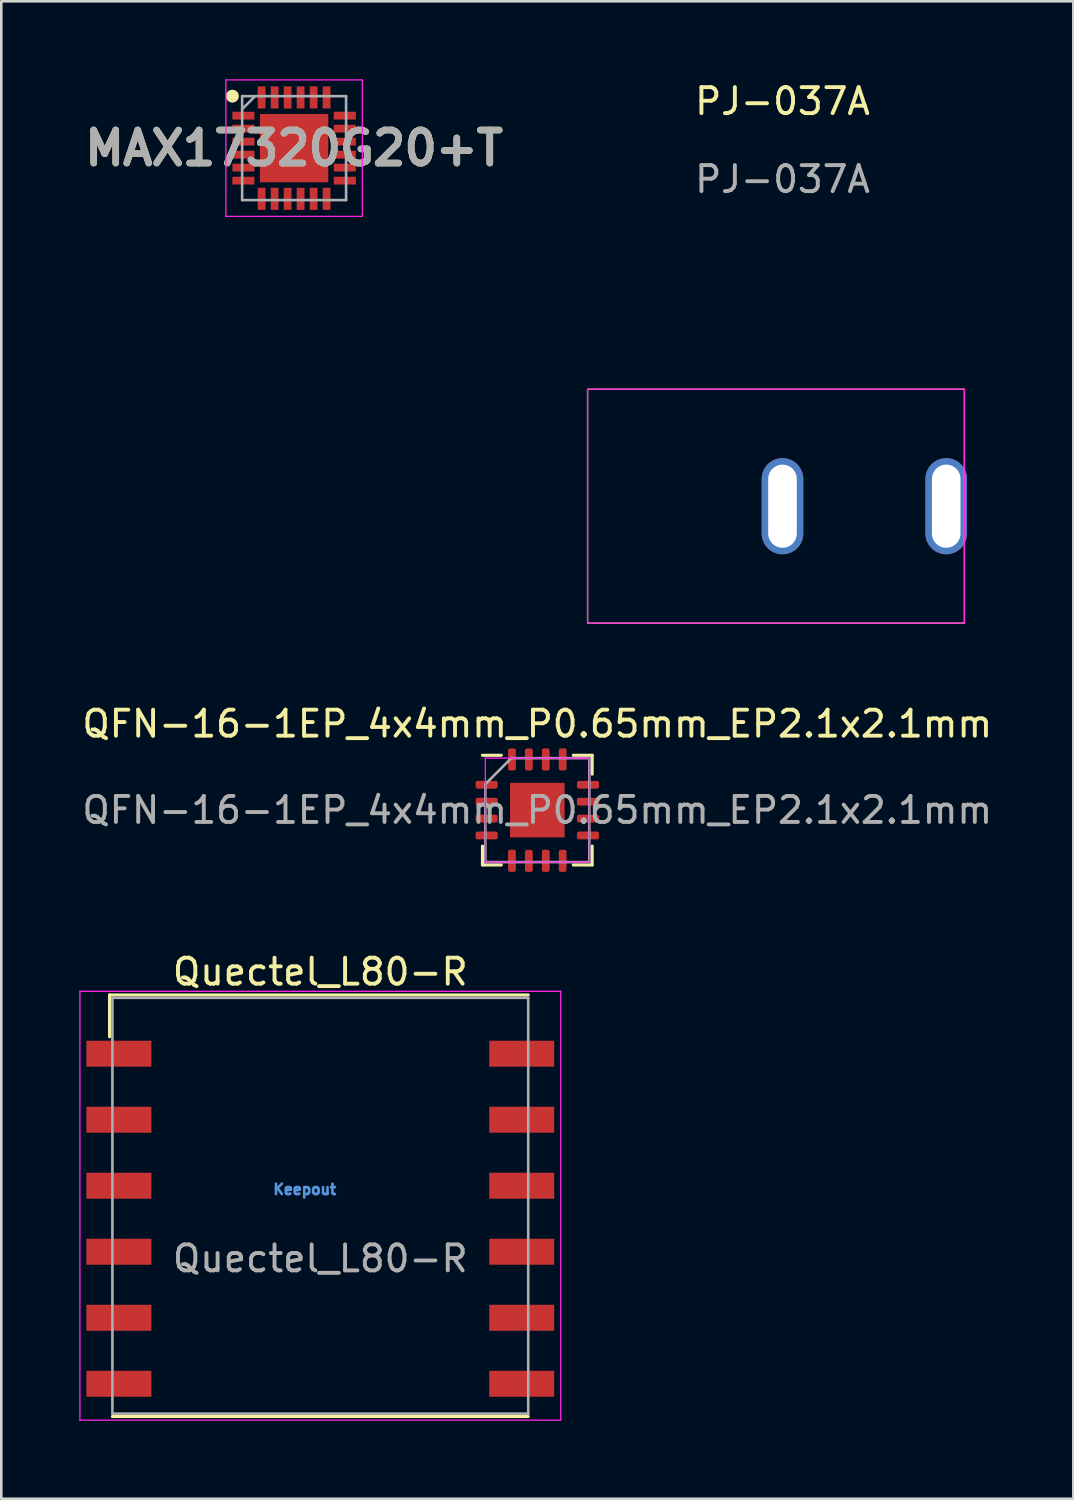
<source format=kicad_pcb>
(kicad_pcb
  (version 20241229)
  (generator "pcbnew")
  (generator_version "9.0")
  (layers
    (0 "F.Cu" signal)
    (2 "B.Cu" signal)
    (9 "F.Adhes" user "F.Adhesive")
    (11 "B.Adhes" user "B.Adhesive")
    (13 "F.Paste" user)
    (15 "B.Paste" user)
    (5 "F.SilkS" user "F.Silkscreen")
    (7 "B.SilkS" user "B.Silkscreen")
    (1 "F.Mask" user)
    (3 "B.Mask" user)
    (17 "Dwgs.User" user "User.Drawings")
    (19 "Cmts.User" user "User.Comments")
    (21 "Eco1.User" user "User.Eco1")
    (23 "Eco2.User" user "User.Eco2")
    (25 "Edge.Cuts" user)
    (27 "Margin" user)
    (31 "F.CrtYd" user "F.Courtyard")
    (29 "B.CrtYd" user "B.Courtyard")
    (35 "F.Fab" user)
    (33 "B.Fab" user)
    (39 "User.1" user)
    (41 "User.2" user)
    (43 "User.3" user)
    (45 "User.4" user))
  (footprint "QFN-16-1EP_4x4mm_P0.65mm_EP2.1x2.1mm"
    (layer "F.Cu")
    (at 17.625 28.122)
    (property "Reference" "QFN-16-1EP_4x4mm_P0.65mm_EP2.1x2.1mm" (at 0 -3.32 0) (layer "F.SilkS") (effects (font (size 1 1) (thickness 0.15))))
    (attr smd)
    (fp_line (start -2.11 2.11) (end -2.11 1.385) (stroke (width 0.12) (type solid)) (layer "F.SilkS"))
    (fp_line (start -1.385 -2.11) (end -2.11 -2.11) (stroke (width 0.12) (type solid)) (layer "F.SilkS"))
    (fp_line (start -1.385 2.11) (end -2.11 2.11) (stroke (width 0.12) (type solid)) (layer "F.SilkS"))
    (fp_line (start 1.385 -2.11) (end 2.11 -2.11) (stroke (width 0.12) (type solid)) (layer "F.SilkS"))
    (fp_line (start 1.385 2.11) (end 2.11 2.11) (stroke (width 0.12) (type solid)) (layer "F.SilkS"))
    (fp_line (start 2.11 -2.11) (end 2.11 -1.385) (stroke (width 0.12) (type solid)) (layer "F.SilkS"))
    (fp_line (start 2.11 2.11) (end 2.11 1.385) (stroke (width 0.12) (type solid)) (layer "F.SilkS"))
    (fp_line (start -2 -2) (end -2 2) (stroke (width 0.05) (type solid)) (layer "F.CrtYd"))
    (fp_line (start -2 2) (end 2 2) (stroke (width 0.05) (type solid)) (layer "F.CrtYd"))
    (fp_line (start 2 -2) (end -2 -2) (stroke (width 0.05) (type solid)) (layer "F.CrtYd"))
    (fp_line (start 2 2) (end 2 -2) (stroke (width 0.05) (type solid)) (layer "F.CrtYd"))
    (fp_line (start -2 -1) (end -1 -2) (stroke (width 0.1) (type solid)) (layer "F.Fab"))
    (fp_line (start -2 2) (end -2 -1) (stroke (width 0.1) (type solid)) (layer "F.Fab"))
    (fp_line (start -1 -2) (end 2 -2) (stroke (width 0.1) (type solid)) (layer "F.Fab"))
    (fp_line (start 2 -2) (end 2 2) (stroke (width 0.1) (type solid)) (layer "F.Fab"))
    (fp_line (start 2 2) (end -2 2) (stroke (width 0.1) (type solid)) (layer "F.Fab"))
    (fp_text user "${REFERENCE}" (at 0 0 0) (layer "F.Fab") (effects (font (size 1 1) (thickness 0.15))))
    (pad "" smd roundrect (at -0.525 -0.525) (size 0.85 0.85) (layers "F.Paste") (roundrect_rratio 0.25))
    (pad "" smd roundrect (at -0.525 0.525) (size 0.85 0.85) (layers "F.Paste") (roundrect_rratio 0.25))
    (pad "" smd roundrect (at 0.525 -0.525) (size 0.85 0.85) (layers "F.Paste") (roundrect_rratio 0.25))
    (pad "" smd roundrect (at 0.525 0.525) (size 0.85 0.85) (layers "F.Paste") (roundrect_rratio 0.25))
    (pad "1" smd roundrect (at -1.95 -0.975) (size 0.85 0.3) (layers "F.Cu" "F.Mask" "F.Paste") (roundrect_rratio 0.25))
    (pad "2" smd roundrect (at -1.95 -0.325) (size 0.85 0.3) (layers "F.Cu" "F.Mask" "F.Paste") (roundrect_rratio 0.25))
    (pad "3" smd roundrect (at -1.95 0.325) (size 0.85 0.3) (layers "F.Cu" "F.Mask" "F.Paste") (roundrect_rratio 0.25))
    (pad "4" smd roundrect (at -1.95 0.975) (size 0.85 0.3) (layers "F.Cu" "F.Mask" "F.Paste") (roundrect_rratio 0.25))
    (pad "5" smd roundrect (at -0.975 1.95) (size 0.3 0.85) (layers "F.Cu" "F.Mask" "F.Paste") (roundrect_rratio 0.25))
    (pad "6" smd roundrect (at -0.325 1.95) (size 0.3 0.85) (layers "F.Cu" "F.Mask" "F.Paste") (roundrect_rratio 0.25))
    (pad "7" smd roundrect (at 0.325 1.95) (size 0.3 0.85) (layers "F.Cu" "F.Mask" "F.Paste") (roundrect_rratio 0.25))
    (pad "8" smd roundrect (at 0.975 1.95) (size 0.3 0.85) (layers "F.Cu" "F.Mask" "F.Paste") (roundrect_rratio 0.25))
    (pad "9" smd roundrect (at 1.95 0.975) (size 0.85 0.3) (layers "F.Cu" "F.Mask" "F.Paste") (roundrect_rratio 0.25))
    (pad "10" smd roundrect (at 1.95 0.325) (size 0.85 0.3) (layers "F.Cu" "F.Mask" "F.Paste") (roundrect_rratio 0.25))
    (pad "11" smd roundrect (at 1.95 -0.325) (size 0.85 0.3) (layers "F.Cu" "F.Mask" "F.Paste") (roundrect_rratio 0.25))
    (pad "12" smd roundrect (at 1.95 -0.975) (size 0.85 0.3) (layers "F.Cu" "F.Mask" "F.Paste") (roundrect_rratio 0.25))
    (pad "13" smd roundrect (at 0.975 -1.95) (size 0.3 0.85) (layers "F.Cu" "F.Mask" "F.Paste") (roundrect_rratio 0.25))
    (pad "14" smd roundrect (at 0.325 -1.95) (size 0.3 0.85) (layers "F.Cu" "F.Mask" "F.Paste") (roundrect_rratio 0.25))
    (pad "15" smd roundrect (at -0.325 -1.95) (size 0.3 0.85) (layers "F.Cu" "F.Mask" "F.Paste") (roundrect_rratio 0.25))
    (pad "16" smd roundrect (at -0.975 -1.95) (size 0.3 0.85) (layers "F.Cu" "F.Mask" "F.Paste") (roundrect_rratio 0.25))
    (pad "17" smd rect (at 0 0) (size 2.1 2.1) (layers "F.Cu" "F.Mask")))
  (footprint "Quectel_L80-R"
    (layer "F.Cu")
    (at 9.275 43.345)
    (property "Reference" "Quectel_L80-R" (at 0 -9 180) (layer "F.SilkS") (effects (font (size 1 1) (thickness 0.15))))
    (attr smd)
    (fp_line (start -8.11 -8.11) (end -8.11 -6.5) (stroke (width 0.12) (type solid)) (layer "F.SilkS"))
    (fp_line (start 8 -8.11) (end -8.11 -8.11) (stroke (width 0.12) (type solid)) (layer "F.SilkS"))
    (fp_line (start 8 8.11) (end -8 8.11) (stroke (width 0.12) (type solid)) (layer "F.SilkS"))
    (fp_line (start -9.25 -8.25) (end -9.25 8.25) (stroke (width 0.05) (type solid)) (layer "F.CrtYd"))
    (fp_line (start -9.25 -8.25) (end 9.25 -8.25) (stroke (width 0.05) (type solid)) (layer "F.CrtYd"))
    (fp_line (start -9.25 8.25) (end 9.25 8.25) (stroke (width 0.05) (type solid)) (layer "F.CrtYd"))
    (fp_line (start 9.25 8.25) (end 9.25 -8.25) (stroke (width 0.05) (type solid)) (layer "F.CrtYd"))
    (fp_line (start -8 8) (end -8 -8) (stroke (width 0.1) (type solid)) (layer "F.Fab"))
    (fp_line (start 8 -8) (end -8 -8) (stroke (width 0.1) (type solid)) (layer "F.Fab"))
    (fp_line (start 8 8) (end -8 8) (stroke (width 0.1) (type solid)) (layer "F.Fab"))
    (fp_line (start 8 8) (end 8 -8) (stroke (width 0.1) (type solid)) (layer "F.Fab"))
    (fp_text user "Keepout" (at -0.6 -0.63 0) (layer "Cmts.User") (effects (font (size 0.4 0.4) (thickness 0.1))))
    (fp_text user "${REFERENCE}" (at 0 2.032 0) (layer "F.Fab") (effects (font (size 1 1) (thickness 0.15))))
    (pad "1" smd rect (at -7.75 -5.85 180) (size 2.5 1) (layers "F.Cu" "F.Mask" "F.Paste"))
    (pad "2" smd rect (at -7.75 -3.31 180) (size 2.5 1) (layers "F.Cu" "F.Mask" "F.Paste"))
    (pad "3" smd rect (at -7.75 -0.77 180) (size 2.5 1) (layers "F.Cu" "F.Mask" "F.Paste"))
    (pad "4" smd rect (at -7.75 1.77 180) (size 2.5 1) (layers "F.Cu" "F.Mask" "F.Paste"))
    (pad "5" smd rect (at -7.75 4.31 180) (size 2.5 1) (layers "F.Cu" "F.Mask" "F.Paste"))
    (pad "6" smd rect (at -7.75 6.85 180) (size 2.5 1) (layers "F.Cu" "F.Mask" "F.Paste"))
    (pad "7" smd rect (at 7.75 6.85 180) (size 2.5 1) (layers "F.Cu" "F.Mask" "F.Paste"))
    (pad "8" smd rect (at 7.75 4.31 180) (size 2.5 1) (layers "F.Cu" "F.Mask" "F.Paste"))
    (pad "9" smd rect (at 7.75 1.77 180) (size 2.5 1) (layers "F.Cu" "F.Mask" "F.Paste"))
    (pad "10" smd rect (at 7.75 -0.77 180) (size 2.5 1) (layers "F.Cu" "F.Mask" "F.Paste"))
    (pad "11" smd rect (at 7.75 -3.31 180) (size 2.5 1) (layers "F.Cu" "F.Mask" "F.Paste"))
    (pad "12" smd rect (at 7.75 -5.85 180) (size 2.5 1) (layers "F.Cu" "F.Mask" "F.Paste"))
    (zone (net_name "") (layer "F.Cu") (hatch full 0.508) (connect_pads) (min_thickness 0.254) (filled_areas_thickness no) (keepout (tracks not_allowed) (vias not_allowed) (pads not_allowed) (copperpour not_allowed) (footprints not_allowed)) (placement (enabled no)) (fill) (polygon (pts (xy 9.93 42.715) (xy 9.911 42.497) (xy 9.854 42.286) (xy 9.762 42.087) (xy 9.636 41.908) (xy 9.482 41.754) (xy 9.302 41.628) (xy 9.104 41.536) (xy 8.893 41.479) (xy 8.675 41.46) (xy 8.457 41.479) (xy 8.246 41.536) (xy 8.048 41.628) (xy 7.868 41.754) (xy 7.714 41.908) (xy 7.588 42.087) (xy 7.496 42.286) (xy 7.439 42.497) (xy 7.42 42.715) (xy 7.439 42.933) (xy 7.496 43.144) (xy 7.588 43.342) (xy 7.714 43.521) (xy 7.868 43.676) (xy 8.048 43.801) (xy 8.246 43.894) (xy 8.457 43.95) (xy 8.675 43.97) (xy 8.893 43.95) (xy 9.104 43.894) (xy 9.302 43.801) (xy 9.482 43.676) (xy 9.636 43.521) (xy 9.762 43.342) (xy 9.854 43.144) (xy 9.911 42.933)))))
  (footprint "PJ-037A"
    (layer "F.Cu")
    (at 27.059 16.428)
    (property "Reference" "PJ-037A" (at 0 -15.58 0) (unlocked yes) (layer "F.SilkS") (effects (font (size 1 1) (thickness 0.15))))
    (attr smd)
    (fp_rect (start -7.5 -4.5) (end 7 4.5) (stroke (width 0.05) (type default)) (fill no) (layer "F.SilkS"))
    (fp_rect (start -7.5 -4.5) (end 7 4.5) (stroke (width 0.05) (type default)) (fill no) (layer "F.CrtYd"))
    (fp_text user "${REFERENCE}" (at 0 -12.58 0) (unlocked yes) (layer "F.Fab") (effects (font (size 1 1) (thickness 0.15))))
    (pad "1" thru_hole oval (at 6.3 0 90) (size 3.7 1.6) (drill oval 3.2 1.1) (layers "*.Cu" "*.Mask"))
    (pad "2" thru_hole oval (at 0 0 90) (size 3.7 1.6) (drill oval 3.2 1.1) (layers "*.Cu" "*.Mask")))
  (footprint "MAX17320G20+T"
    (layer "F.Cu")
    (at 8.267 2.65)
    (property "Reference" "MAX17320G20+T" (at 0 0 0) (layer "F.SilkS") (effects (font (size 1.27 1.27) (thickness 0.254))))
    (attr smd)
    (fp_circle (center -2.375 -2) (end -2.375 -1.875) (stroke (width 0.25) (type solid)) (fill no) (layer "F.SilkS"))
    (fp_line (start -2.625 -2.625) (end 2.625 -2.625) (stroke (width 0.05) (type solid)) (layer "F.CrtYd"))
    (fp_line (start -2.625 2.625) (end -2.625 -2.625) (stroke (width 0.05) (type solid)) (layer "F.CrtYd"))
    (fp_line (start 2.625 -2.625) (end 2.625 2.625) (stroke (width 0.05) (type solid)) (layer "F.CrtYd"))
    (fp_line (start 2.625 2.625) (end -2.625 2.625) (stroke (width 0.05) (type solid)) (layer "F.CrtYd"))
    (fp_line (start -2 -2) (end 2 -2) (stroke (width 0.1) (type solid)) (layer "F.Fab"))
    (fp_line (start -2 -1.5) (end -1.5 -2) (stroke (width 0.1) (type solid)) (layer "F.Fab"))
    (fp_line (start -2 2) (end -2 -2) (stroke (width 0.1) (type solid)) (layer "F.Fab"))
    (fp_line (start 2 -2) (end 2 2) (stroke (width 0.1) (type solid)) (layer "F.Fab"))
    (fp_line (start 2 2) (end -2 2) (stroke (width 0.1) (type solid)) (layer "F.Fab"))
    (fp_text user "${REFERENCE}" (at 0 0 0) (layer "F.Fab") (effects (font (size 1.27 1.27) (thickness 0.254))))
    (pad "1" smd rect (at -1.95 -1.25 90) (size 0.3 0.85) (layers "F.Cu" "F.Mask" "F.Paste"))
    (pad "2" smd rect (at -1.95 -0.75 90) (size 0.3 0.85) (layers "F.Cu" "F.Mask" "F.Paste"))
    (pad "3" smd rect (at -1.95 -0.25 90) (size 0.3 0.85) (layers "F.Cu" "F.Mask" "F.Paste"))
    (pad "4" smd rect (at -1.95 0.25 90) (size 0.3 0.85) (layers "F.Cu" "F.Mask" "F.Paste"))
    (pad "5" smd rect (at -1.95 0.75 90) (size 0.3 0.85) (layers "F.Cu" "F.Mask" "F.Paste"))
    (pad "6" smd rect (at -1.95 1.25 90) (size 0.3 0.85) (layers "F.Cu" "F.Mask" "F.Paste"))
    (pad "7" smd rect (at -1.25 1.95) (size 0.3 0.85) (layers "F.Cu" "F.Mask" "F.Paste"))
    (pad "8" smd rect (at -0.75 1.95) (size 0.3 0.85) (layers "F.Cu" "F.Mask" "F.Paste"))
    (pad "9" smd rect (at -0.25 1.95) (size 0.3 0.85) (layers "F.Cu" "F.Mask" "F.Paste"))
    (pad "10" smd rect (at 0.25 1.95) (size 0.3 0.85) (layers "F.Cu" "F.Mask" "F.Paste"))
    (pad "11" smd rect (at 0.75 1.95) (size 0.3 0.85) (layers "F.Cu" "F.Mask" "F.Paste"))
    (pad "12" smd rect (at 1.25 1.95) (size 0.3 0.85) (layers "F.Cu" "F.Mask" "F.Paste"))
    (pad "13" smd rect (at 1.95 1.25 90) (size 0.3 0.85) (layers "F.Cu" "F.Mask" "F.Paste"))
    (pad "14" smd rect (at 1.95 0.75 90) (size 0.3 0.85) (layers "F.Cu" "F.Mask" "F.Paste"))
    (pad "15" smd rect (at 1.95 0.25 90) (size 0.3 0.85) (layers "F.Cu" "F.Mask" "F.Paste"))
    (pad "16" smd rect (at 1.95 -0.25 90) (size 0.3 0.85) (layers "F.Cu" "F.Mask" "F.Paste"))
    (pad "17" smd rect (at 1.95 -0.75 90) (size 0.3 0.85) (layers "F.Cu" "F.Mask" "F.Paste"))
    (pad "18" smd rect (at 1.95 -1.25 90) (size 0.3 0.85) (layers "F.Cu" "F.Mask" "F.Paste"))
    (pad "19" smd rect (at 1.25 -1.95) (size 0.3 0.85) (layers "F.Cu" "F.Mask" "F.Paste"))
    (pad "20" smd rect (at 0.75 -1.95) (size 0.3 0.85) (layers "F.Cu" "F.Mask" "F.Paste"))
    (pad "21" smd rect (at 0.25 -1.95) (size 0.3 0.85) (layers "F.Cu" "F.Mask" "F.Paste"))
    (pad "22" smd rect (at -0.25 -1.95) (size 0.3 0.85) (layers "F.Cu" "F.Mask" "F.Paste"))
    (pad "23" smd rect (at -0.75 -1.95) (size 0.3 0.85) (layers "F.Cu" "F.Mask" "F.Paste"))
    (pad "24" smd rect (at -1.25 -1.95) (size 0.3 0.85) (layers "F.Cu" "F.Mask" "F.Paste"))
    (pad "25" smd rect (at 0 0) (size 2.63 2.63) (layers "F.Cu" "F.Mask" "F.Paste")))
  (gr_rect
    (start -3 -3)
    (end 38.25 54.62)
    (stroke (width 0.1) (type default))
    (fill no)
    (layer "Edge.Cuts")))
</source>
